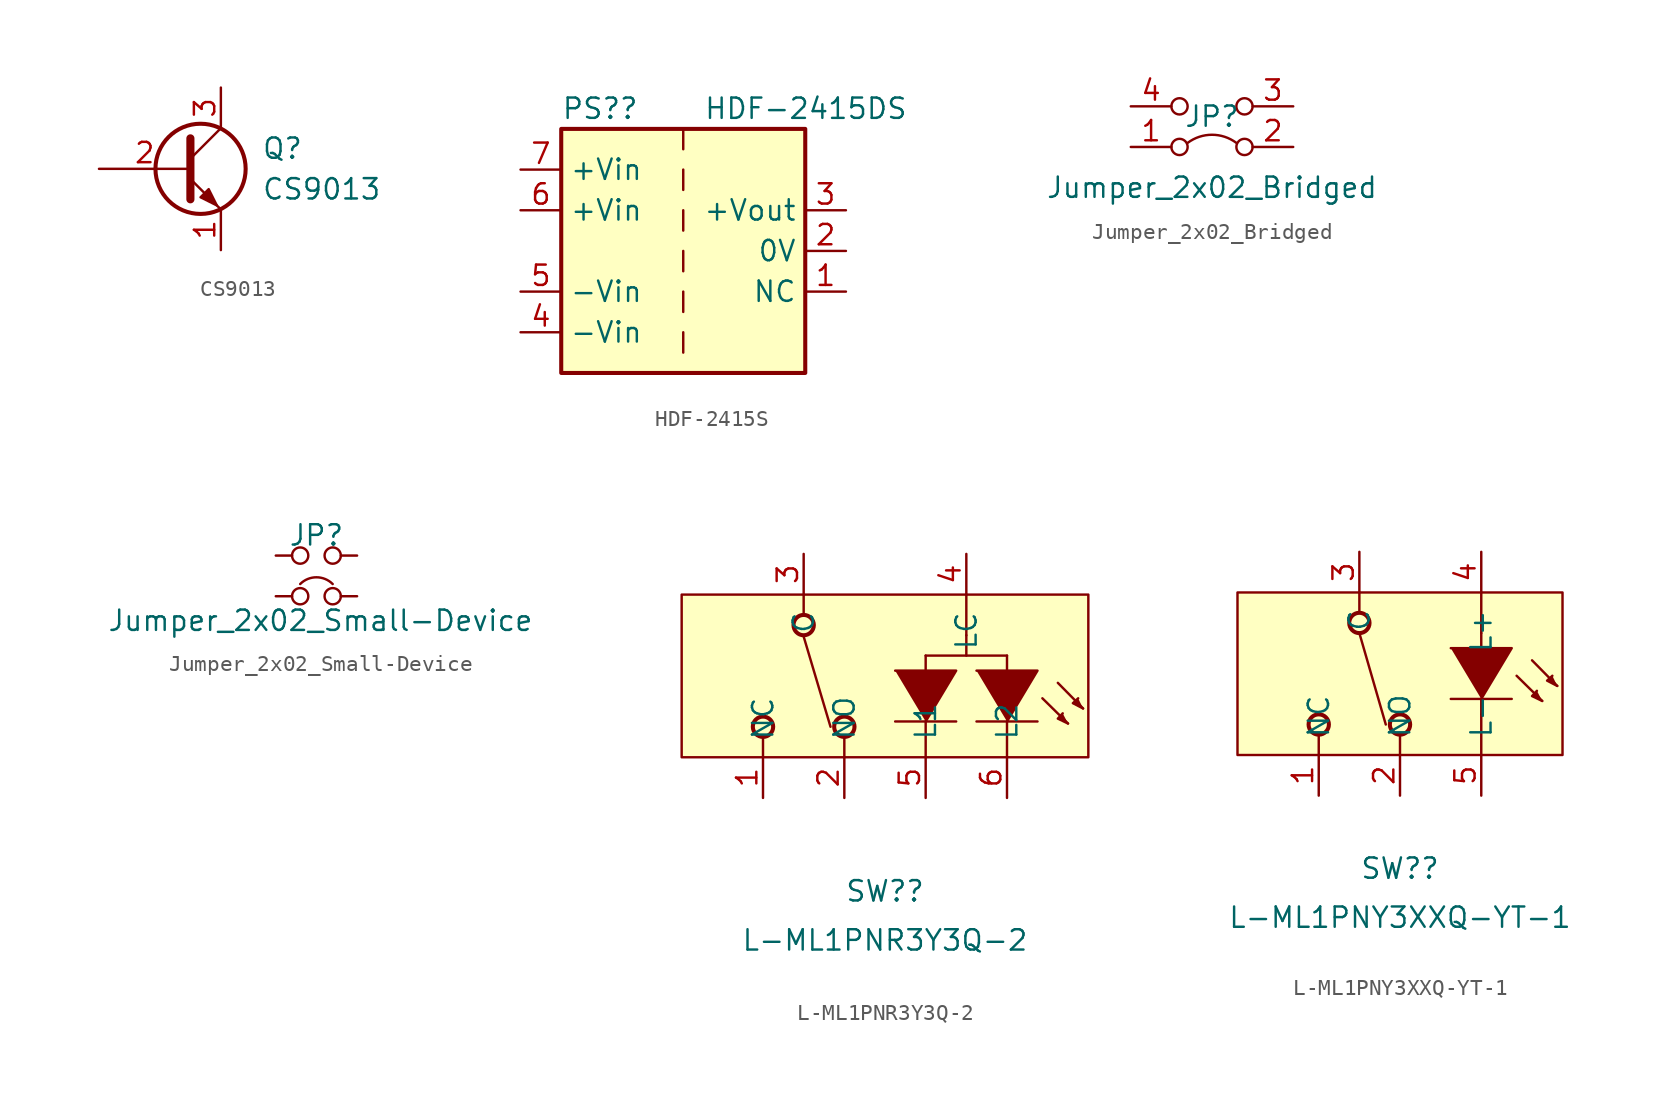
<source format=kicad_sym>
(kicad_symbol_lib
  (version 20220914)
  (generator kicad_symbol_editor)
  (symbol "CS9013"
    (pin_names
      (offset 0) hide)
    (property "Reference" "Q"
      (at 5.08 1.27 0)
      (effects (font (size 1.27 1.27)) (justify left)))
    (property "Value" "CS9013"
      (at 5.08 -1.27 0)
      (effects (font (size 1.27 1.27)) (justify left)))
    (symbol "CS9013_0_1"
      (polyline (pts (xy 0.635 0.635) (xy 2.54 2.54)) (stroke (width 0) (type default)) (fill (type none)))
      (polyline (pts (xy 0.635 -0.635) (xy 2.54 -2.54) (xy 2.54 -2.54)) (stroke (width 0) (type default)) (fill (type none)))
      (polyline (pts (xy 0.635 1.905) (xy 0.635 -1.905) (xy 0.635 -1.905)) (stroke (width 0.508) (type default)) (fill (type none)))
      (polyline (pts (xy 1.27 -1.778) (xy 1.778 -1.27) (xy 2.286 -2.286) (xy 1.27 -1.778) (xy 1.27 -1.778)) (stroke (width 0) (type default)) (fill (type outline)))
      (circle (center 1.27 0) (radius 2.819) (stroke (width 0.254) (type default)) (fill (type none))))
    (symbol "CS9013_1_1"
      (pin passive line (at 2.54 -5.08 90) (length 2.54) (name "E" (effects (font (size 1.27 1.27)))) (number "1" (effects (font (size 1.27 1.27)))))
      (pin passive line (at -5.08 0 0) (length 5.715) (name "B" (effects (font (size 1.27 1.27)))) (number "2" (effects (font (size 1.27 1.27)))))
      (pin passive line (at 2.54 5.08 270) (length 2.54) (name "C" (effects (font (size 1.27 1.27)))) (number "3" (effects (font (size 1.27 1.27)))))))
  (symbol "HDF-2415S"
    (property "Reference" "PS?"
      (at -7.62 8.89 0)
      (effects (font (size 1.27 1.27)) (justify left)))
    (property "Value" "HDF-2415DS"
      (at 1.27 8.89 0)
      (effects (font (size 1.27 1.27)) (justify left)))
    (symbol "HDF-2415S_0_1"
      (rectangle (start -7.62 7.62) (end 7.62 -7.62) (stroke (width 0.254) (type default)) (fill (type background)))
      (polyline (pts (xy 0 -5.08) (xy 0 -6.35)) (stroke (width 0) (type default)) (fill (type none)))
      (polyline (pts (xy 0 -2.54) (xy 0 -3.81)) (stroke (width 0) (type default)) (fill (type none)))
      (polyline (pts (xy 0 0) (xy 0 -1.27)) (stroke (width 0) (type default)) (fill (type none)))
      (polyline (pts (xy 0 2.54) (xy 0 1.27)) (stroke (width 0) (type default)) (fill (type none)))
      (polyline (pts (xy 0 5.08) (xy 0 3.81)) (stroke (width 0) (type default)) (fill (type none)))
      (polyline (pts (xy 0 7.62) (xy 0 6.35)) (stroke (width 0) (type default)) (fill (type none))))
    (symbol "HDF-2415S_1_0"
      (pin bidirectional line (at 10.16 -2.54 180) (length 2.54) (name "NC" (effects (font (size 1.27 1.27)))) (number "1" (effects (font (size 1.27 1.27)))))
      (pin power_out line (at 10.16 0 180) (length 2.54) (name "0V" (effects (font (size 1.27 1.27)))) (number "2" (effects (font (size 1.27 1.27)))))
      (pin power_out line (at 10.16 2.54 180) (length 2.54) (name "+Vout" (effects (font (size 1.27 1.27)))) (number "3" (effects (font (size 1.27 1.27)))))
      (pin power_in line (at -10.16 -5.08 0) (length 2.54) (name "-Vin" (effects (font (size 1.27 1.27)))) (number "4" (effects (font (size 1.27 1.27)))))
      (pin power_in line (at -10.16 -2.54 0) (length 2.54) (name "-Vin" (effects (font (size 1.27 1.27)))) (number "5" (effects (font (size 1.27 1.27)))))
      (pin power_in line (at -10.16 2.54 0) (length 2.54) (name "+Vin" (effects (font (size 1.27 1.27)))) (number "6" (effects (font (size 1.27 1.27)))))
      (pin power_in line (at -10.16 5.08 0) (length 2.54) (name "+Vin" (effects (font (size 1.27 1.27)))) (number "7" (effects (font (size 1.27 1.27))))))
    (symbol "HDF-2415S_1_1"
      (pin no_connect line (at 0 -2.54 90) (length 2.54) hide (name "NC" (effects (font (size 1.27 1.27)))) (number "2" (effects (font (size 1.27 1.27)))))))
  (symbol "Jumper_2x02_Bridged"
    (pin_names
      (offset 0) hide)
    (property "Reference" "JP"
      (at 0 1.905 0)
      (effects (font (size 1.27 1.27))))
    (property "Value" "Jumper_2x02_Bridged"
      (at 0 -2.54 0)
      (effects (font (size 1.27 1.27))))
    (symbol "Jumper_2x02_Bridged_0_0"
      (circle (center -2.032 0) (radius 0.508) (stroke (width 0) (type default)) (fill (type none)))
      (circle (center -2.032 2.54) (radius 0.508) (stroke (width 0) (type default)) (fill (type none)))
      (circle (center 2.032 0) (radius 0.508) (stroke (width 0) (type default)) (fill (type none)))
      (circle (center 2.032 2.54) (radius 0.508) (stroke (width 0) (type default)) (fill (type none))))
    (symbol "Jumper_2x02_Bridged_0_1"
      (arc (start 1.524 0.254) (mid 0 0.762) (end -1.524 0.254) (stroke (width 0) (type default)) (fill (type none))))
    (symbol "Jumper_2x02_Bridged_1_1"
      (pin passive line (at -5.08 0 0) (length 2.54) (name "A" (effects (font (size 1.27 1.27)))) (number "1" (effects (font (size 1.27 1.27)))))
      (pin passive line (at 5.08 0 180) (length 2.54) (name "B" (effects (font (size 1.27 1.27)))) (number "2" (effects (font (size 1.27 1.27)))))
      (pin passive line (at 5.08 2.54 180) (length 2.54) (name "B" (effects (font (size 1.27 1.27)))) (number "3" (effects (font (size 1.27 1.27)))))
      (pin passive line (at -5.08 2.54 0) (length 2.54) (name "A" (effects (font (size 1.27 1.27)))) (number "4" (effects (font (size 1.27 1.27)))))))
  (symbol "Jumper_2x02_Small-Device"
    (pin_numbers hide)
    (pin_names
      (offset 0.762) hide)
    (property "Reference" "JP"
      (at 0 2.54 0)
      (effects (font (size 1.27 1.27))))
    (property "Value" "Jumper_2x02_Small-Device"
      (at 0.254 -2.794 0)
      (effects (font (size 1.27 1.27))))
    (symbol "Jumper_2x02_Small-Device_0_1"
      (circle (center -1.016 -1.27) (radius 0.508) (stroke (width 0) (type solid)) (fill (type none)))
      (circle (center -1.016 1.27) (radius 0.508) (stroke (width 0) (type solid)) (fill (type none)))
      (circle (center 1.016 -1.27) (radius 0.508) (stroke (width 0) (type solid)) (fill (type none)))
      (arc (start 1.016 -0.508) (mid 0 -0.0872) (end -1.016 -0.508) (stroke (width 0) (type solid)) (fill (type none)))
      (circle (center 1.016 1.27) (radius 0.508) (stroke (width 0) (type solid)) (fill (type none)))
      (pin passive line (at -2.54 -1.27 0) (length 1.016) (name "1" (effects (font (size 1.27 1.27)))) (number "1" (effects (font (size 1.27 1.27))))))
    (symbol "Jumper_2x02_Small-Device_1_1"
      (pin passive line (at -2.54 1.27 0) (length 1.016) (name "1" (effects (font (size 1.27 1.27)))) (number "2" (effects (font (size 1.27 1.27)))))
      (pin passive line (at 2.54 1.27 180) (length 1.016) (name "2" (effects (font (size 1.27 1.27)))) (number "3" (effects (font (size 1.27 1.27)))))
      (pin passive line (at 2.54 -1.27 180) (length 1.016) (name "2" (effects (font (size 1.27 1.27)))) (number "4" (effects (font (size 1.27 1.27)))))))
  (symbol "L-ML1PNR3Y3Q-2"
    (pin_names
      (offset 1.016))
    (property "Reference" "SW?"
      (at 0 -12.7 0)
      (effects (font (size 1.27 1.27)) (justify top)))
    (property "Value" "L-ML1PNR3Y3Q-2"
      (at 0 -16.51 0)
      (effects (font (size 1.27 1.27))))
    (symbol "L-ML1PNR3Y3Q-2_0_1"
      (polyline (pts (xy -7.62 -5.08) (xy -7.62 -3.81)) (stroke (width 0) (type default)) (fill (type none)))
      (polyline (pts (xy -5.08 5.08) (xy -5.08 3.81)) (stroke (width 0) (type default)) (fill (type none)))
      (polyline (pts (xy -2.54 -5.08) (xy -2.54 -3.81)) (stroke (width 0) (type default)) (fill (type none))))
    (symbol "L-ML1PNR3Y3Q-2_1_0"
      (circle (center -7.62 -3.175) (radius 0.635) (stroke (width 0.254) (type solid)) (fill (type none)))
      (circle (center -5.08 3.175) (radius 0.635) (stroke (width 0.254) (type solid)) (fill (type none)))
      (circle (center -2.54 -3.175) (radius 0.635) (stroke (width 0.254) (type solid)) (fill (type none)))
      (polyline (pts (xy -5.105 2.54) (xy -3.404 -3.175)) (stroke (width 0) (type solid)) (fill (type none)))
      (polyline (pts (xy 0.635 -2.845) (xy 4.445 -2.845)) (stroke (width 0) (type solid)) (fill (type none)))
      (polyline (pts (xy 2.54 -2.845) (xy 2.54 -5.08)) (stroke (width 0) (type solid)) (fill (type none)))
      (polyline (pts (xy 2.54 1.27) (xy 2.54 0.33)) (stroke (width 0) (type solid)) (fill (type none)))
      (polyline (pts (xy 2.54 1.27) (xy 7.62 1.27)) (stroke (width 0) (type solid)) (fill (type none)))
      (polyline (pts (xy 5.08 2.54) (xy 5.08 1.27)) (stroke (width 0) (type solid)) (fill (type none)))
      (polyline (pts (xy 5.08 2.54) (xy 5.08 5.08)) (stroke (width 0) (type solid)) (fill (type none)))
      (polyline (pts (xy 5.715 -2.845) (xy 9.525 -2.845)) (stroke (width 0) (type solid)) (fill (type none)))
      (polyline (pts (xy 7.62 -2.845) (xy 7.62 -5.08)) (stroke (width 0) (type solid)) (fill (type none)))
      (polyline (pts (xy 7.62 1.27) (xy 7.62 0.33)) (stroke (width 0) (type solid)) (fill (type none)))
      (polyline (pts (xy 9.83 -1.397) (xy 11.43 -2.972)) (stroke (width 0) (type solid)) (fill (type none)))
      (polyline (pts (xy 10.795 -0.432) (xy 12.37 -2.032)) (stroke (width 0) (type solid)) (fill (type none)))
      (polyline (pts (xy 2.54 -2.845) (xy 4.445 0.33) (xy 0.635 0.33)) (stroke (width 0) (type solid)) (fill (type outline)))
      (polyline (pts (xy 7.62 -2.845) (xy 9.525 0.33) (xy 5.715 0.33)) (stroke (width 0) (type solid)) (fill (type outline)))
      (polyline (pts (xy 11.1 -2.337) (xy 10.795 -2.667) (xy 11.43 -2.972)) (stroke (width 0) (type solid)) (fill (type outline)))
      (polyline (pts (xy 12.065 -1.397) (xy 11.735 -1.702) (xy 12.37 -2.032)) (stroke (width 0) (type solid)) (fill (type outline))))
    (symbol "L-ML1PNR3Y3Q-2_1_1"
      (rectangle (start -12.7 5.08) (end 12.7 -5.08) (stroke (width 0) (type default)) (fill (type background)))
      (pin bidirectional line (at -7.62 -7.62 90) (length 2.54) (name "NC" (effects (font (size 1.27 1.27)))) (number "1" (effects (font (size 1.27 1.27)))))
      (pin bidirectional line (at -2.54 -7.62 90) (length 2.54) (name "NO" (effects (font (size 1.27 1.27)))) (number "2" (effects (font (size 1.27 1.27)))))
      (pin bidirectional line (at -5.08 7.62 270) (length 2.54) (name "C" (effects (font (size 1.27 1.27)))) (number "3" (effects (font (size 1.27 1.27)))))
      (pin power_in line (at 5.08 7.62 270) (length 2.54) (name "LC" (effects (font (size 1.27 1.27)))) (number "4" (effects (font (size 1.27 1.27)))))
      (pin power_in line (at 2.54 -7.62 90) (length 2.54) (name "L1" (effects (font (size 1.27 1.27)))) (number "5" (effects (font (size 1.27 1.27)))))
      (pin bidirectional line (at 7.62 -7.62 90) (length 2.54) (name "L2" (effects (font (size 1.27 1.27)))) (number "6" (effects (font (size 1.27 1.27)))))))
  (symbol "L-ML1PNY3XXQ-YT-1"
    (pin_names
      (offset 1.016))
    (property "Reference" "SW?"
      (at 0 -11.43 0)
      (effects (font (size 1.27 1.27)) (justify top)))
    (property "Value" "L-ML1PNY3XXQ-YT-1"
      (at 0 -15.24 0)
      (effects (font (size 1.27 1.27))))
    (property "ki_locked" ""
      (at 0 0 0)
      (effects (font (size 1.27 1.27))))
    (symbol "L-ML1PNY3XXQ-YT-1_1_0"
      (circle (center -5.08 -3.175) (radius 0.635) (stroke (width 0.254) (type solid)) (fill (type none)))
      (circle (center -2.54 3.175) (radius 0.635) (stroke (width 0.254) (type solid)) (fill (type none)))
      (circle (center 0 -3.175) (radius 0.635) (stroke (width 0.254) (type solid)) (fill (type none)))
      (polyline (pts (xy -2.54 2.54) (xy -0.889 -3.175)) (stroke (width 0) (type solid)) (fill (type none)))
      (polyline (pts (xy 3.175 -1.575) (xy 6.985 -1.575)) (stroke (width 0) (type solid)) (fill (type none)))
      (polyline (pts (xy 5.08 -2.54) (xy 5.08 -5.08)) (stroke (width 0) (type solid)) (fill (type none)))
      (polyline (pts (xy 5.08 -1.575) (xy 5.08 -2.54)) (stroke (width 0) (type solid)) (fill (type none)))
      (polyline (pts (xy 5.08 2.54) (xy 5.08 1.6)) (stroke (width 0) (type solid)) (fill (type none)))
      (polyline (pts (xy 5.08 2.54) (xy 5.08 5.08)) (stroke (width 0) (type solid)) (fill (type none)))
      (polyline (pts (xy 7.29 -0.127) (xy 8.89 -1.702)) (stroke (width 0) (type solid)) (fill (type none)))
      (polyline (pts (xy 8.255 0.838) (xy 9.83 -0.762)) (stroke (width 0) (type solid)) (fill (type none)))
      (polyline (pts (xy 5.08 -1.575) (xy 6.985 1.6) (xy 3.175 1.6)) (stroke (width 0) (type solid)) (fill (type outline)))
      (polyline (pts (xy 8.56 -1.067) (xy 8.255 -1.397) (xy 8.89 -1.702)) (stroke (width 0) (type solid)) (fill (type outline)))
      (polyline (pts (xy 9.525 -0.127) (xy 9.195 -0.432) (xy 9.83 -0.762)) (stroke (width 0) (type solid)) (fill (type outline))))
    (symbol "L-ML1PNY3XXQ-YT-1_1_1"
      (rectangle (start -10.16 5.08) (end 10.16 -5.08) (stroke (width 0) (type default)) (fill (type background)))
      (polyline (pts (xy -5.08 -5.08) (xy -5.08 -3.81)) (stroke (width 0) (type default)) (fill (type none)))
      (polyline (pts (xy -2.54 5.08) (xy -2.54 3.81)) (stroke (width 0) (type default)) (fill (type none)))
      (polyline (pts (xy 0 -5.08) (xy 0 -3.81)) (stroke (width 0) (type default)) (fill (type none)))
      (pin bidirectional line (at -5.08 -7.62 90) (length 2.54) (name "NC" (effects (font (size 1.27 1.27)))) (number "1" (effects (font (size 1.27 1.27)))))
      (pin bidirectional line (at 0 -7.62 90) (length 2.54) (name "NO" (effects (font (size 1.27 1.27)))) (number "2" (effects (font (size 1.27 1.27)))))
      (pin bidirectional line (at -2.54 7.62 270) (length 2.54) (name "C" (effects (font (size 1.27 1.27)))) (number "3" (effects (font (size 1.27 1.27)))))
      (pin power_in line (at 5.08 7.62 270) (length 2.54) (name "L+" (effects (font (size 1.27 1.27)))) (number "4" (effects (font (size 1.27 1.27)))))
      (pin power_out line (at 5.08 -7.62 90) (length 2.54) (name "L-" (effects (font (size 1.27 1.27)))) (number "5" (effects (font (size 1.27 1.27))))))))
</source>
